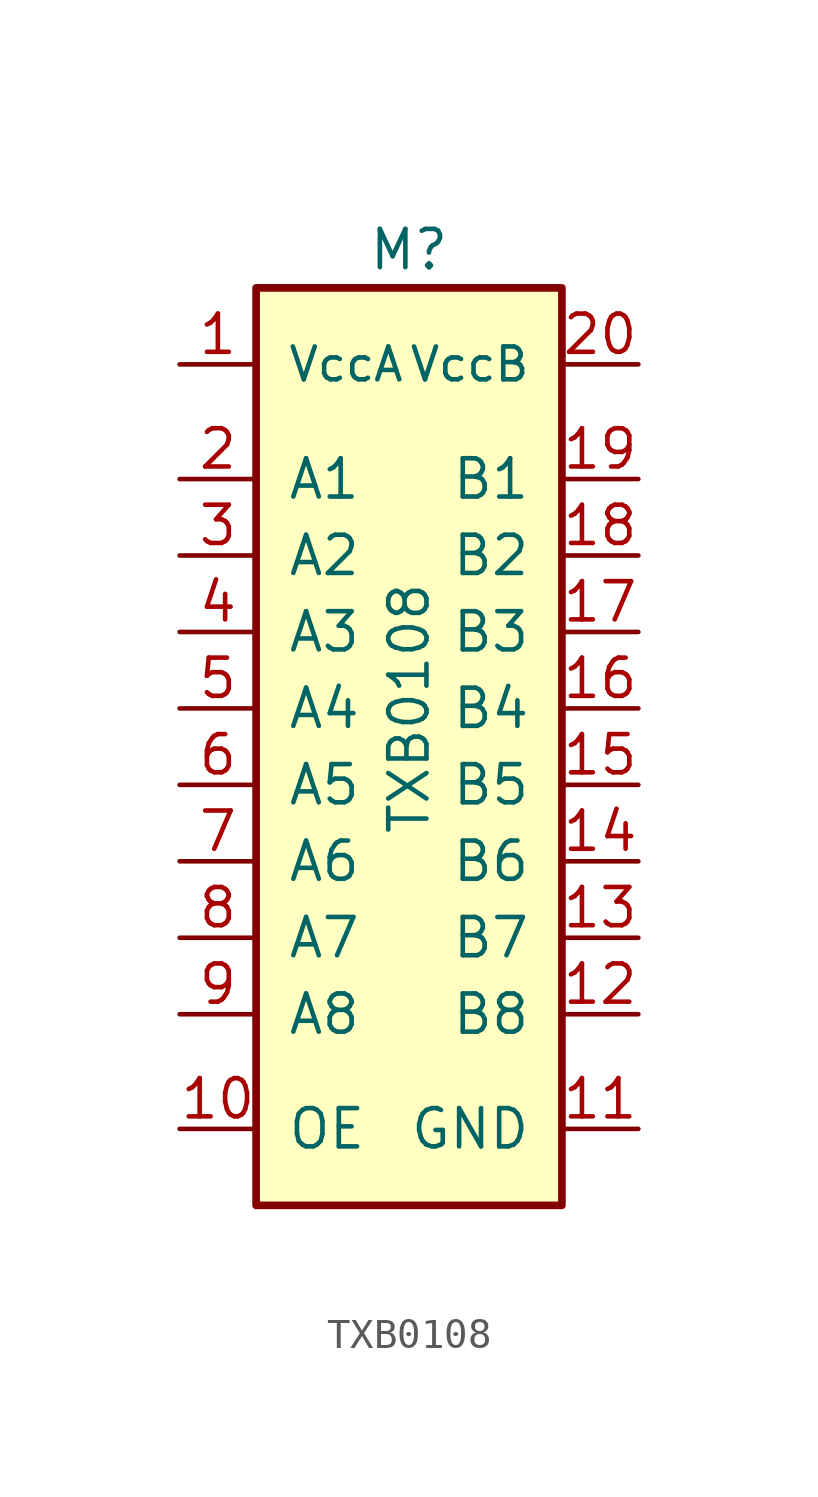
<source format=kicad_sym>
(kicad_symbol_lib
  (version 20211014)
  (generator kicad_symbol_editor)
  (symbol "TXB0108"
    (pin_names
      (offset 1.016))
    (property "Reference" "M"
      (at 0 15.24 0)
      (effects (font (size 1.27 1.27))))
    (property "Value" "TXB0108"
      (at 0 0 90)
      (effects (font (size 1.27 1.27))))
    (symbol "TXB0108_1_0"
      (pin input line (at -7.62 -13.97 0) (length 2.54) (name "OE" (effects (font (size 1.27 1.27)))) (number "10" (effects (font (size 1.27 1.27)))))
      (pin power_in line (at 7.62 -13.97 180) (length 2.54) (name "GND" (effects (font (size 1.27 1.27)))) (number "11" (effects (font (size 1.27 1.27)))))
      (pin output line (at 7.62 -10.16 180) (length 2.54) (name "B8" (effects (font (size 1.27 1.27)))) (number "12" (effects (font (size 1.27 1.27)))))
      (pin output line (at 7.62 -7.62 180) (length 2.54) (name "B7" (effects (font (size 1.27 1.27)))) (number "13" (effects (font (size 1.27 1.27)))))
      (pin output line (at 7.62 -5.08 180) (length 2.54) (name "B6" (effects (font (size 1.27 1.27)))) (number "14" (effects (font (size 1.27 1.27)))))
      (pin output line (at 7.62 -2.54 180) (length 2.54) (name "B5" (effects (font (size 1.27 1.27)))) (number "15" (effects (font (size 1.27 1.27)))))
      (pin output line (at 7.62 0 180) (length 2.54) (name "B4" (effects (font (size 1.27 1.27)))) (number "16" (effects (font (size 1.27 1.27)))))
      (pin output line (at 7.62 2.54 180) (length 2.54) (name "B3" (effects (font (size 1.27 1.27)))) (number "17" (effects (font (size 1.27 1.27)))))
      (pin output line (at 7.62 5.08 180) (length 2.54) (name "B2" (effects (font (size 1.27 1.27)))) (number "18" (effects (font (size 1.27 1.27)))))
      (pin output line (at 7.62 7.62 180) (length 2.54) (name "B1" (effects (font (size 1.27 1.27)))) (number "19" (effects (font (size 1.27 1.27)))))
      (pin input line (at -7.62 7.62 0) (length 2.54) (name "A1" (effects (font (size 1.27 1.27)))) (number "2" (effects (font (size 1.27 1.27)))))
      (pin power_in line (at 7.62 11.43 180) (length 2.54) (name "VccB" (effects (font (size 1.092 1.092)))) (number "20" (effects (font (size 1.27 1.27)))))
      (pin input line (at -7.62 5.08 0) (length 2.54) (name "A2" (effects (font (size 1.27 1.27)))) (number "3" (effects (font (size 1.27 1.27)))))
      (pin input line (at -7.62 2.54 0) (length 2.54) (name "A3" (effects (font (size 1.27 1.27)))) (number "4" (effects (font (size 1.27 1.27)))))
      (pin input line (at -7.62 0 0) (length 2.54) (name "A4" (effects (font (size 1.27 1.27)))) (number "5" (effects (font (size 1.27 1.27)))))
      (pin input line (at -7.62 -2.54 0) (length 2.54) (name "A5" (effects (font (size 1.27 1.27)))) (number "6" (effects (font (size 1.27 1.27)))))
      (pin input line (at -7.62 -5.08 0) (length 2.54) (name "A6" (effects (font (size 1.27 1.27)))) (number "7" (effects (font (size 1.27 1.27)))))
      (pin input line (at -7.62 -7.62 0) (length 2.54) (name "A7" (effects (font (size 1.27 1.27)))) (number "8" (effects (font (size 1.27 1.27)))))
      (pin input line (at -7.62 -10.16 0) (length 2.54) (name "A8" (effects (font (size 1.27 1.27)))) (number "9" (effects (font (size 1.27 1.27))))))
    (symbol "TXB0108_1_1"
      (rectangle (start -5.08 13.97) (end 5.08 -16.51) (stroke (width 0.254) (type default) (color 0 0 0 0)) (fill (type background)))
      (pin power_in line (at -7.62 11.43 0) (length 2.54) (name "VccA" (effects (font (size 1.092 1.092)))) (number "1" (effects (font (size 1.27 1.27))))))))
</source>
